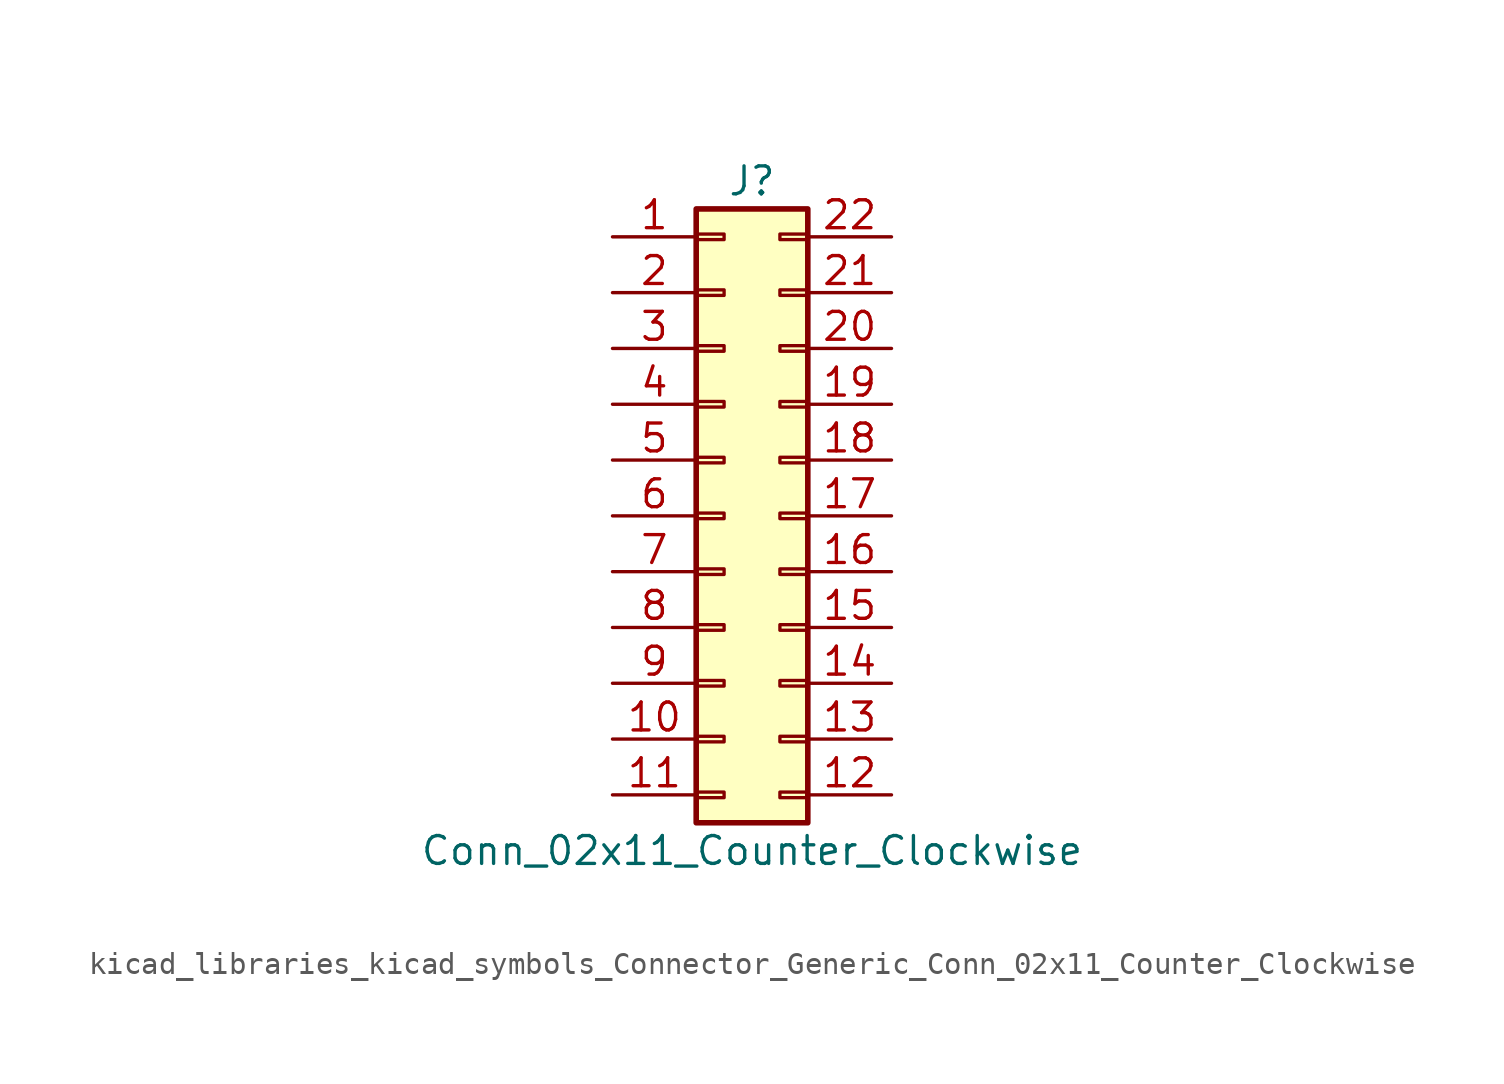
<source format=kicad_sym>
(kicad_symbol_lib
  (version 20220914)
  (generator kicad_symbol_editor)
  (symbol "kicad_libraries_kicad_symbols_Connector_Generic_Conn_02x11_Counter_Clockwise"
    (pin_names
      (offset 1.016) hide)
    (property "Reference" "J"
      (at 1.27 15.24 0)
      (effects (font (size 1.27 1.27))))
    (property "Value" "Conn_02x11_Counter_Clockwise"
      (at 1.27 -15.24 0)
      (effects (font (size 1.27 1.27))))
    (symbol "kicad_libraries_kicad_symbols_Connector_Generic_Conn_02x11_Counter_Clockwise_1_1"
      (rectangle (start -1.27 -12.573) (end 0 -12.827) (stroke (width 0.152) (type default)) (fill (type none)))
      (rectangle (start -1.27 -10.033) (end 0 -10.287) (stroke (width 0.152) (type default)) (fill (type none)))
      (rectangle (start -1.27 -7.493) (end 0 -7.747) (stroke (width 0.152) (type default)) (fill (type none)))
      (rectangle (start -1.27 -4.953) (end 0 -5.207) (stroke (width 0.152) (type default)) (fill (type none)))
      (rectangle (start -1.27 -2.413) (end 0 -2.667) (stroke (width 0.152) (type default)) (fill (type none)))
      (rectangle (start -1.27 0.127) (end 0 -0.127) (stroke (width 0.152) (type default)) (fill (type none)))
      (rectangle (start -1.27 2.667) (end 0 2.413) (stroke (width 0.152) (type default)) (fill (type none)))
      (rectangle (start -1.27 5.207) (end 0 4.953) (stroke (width 0.152) (type default)) (fill (type none)))
      (rectangle (start -1.27 7.747) (end 0 7.493) (stroke (width 0.152) (type default)) (fill (type none)))
      (rectangle (start -1.27 10.287) (end 0 10.033) (stroke (width 0.152) (type default)) (fill (type none)))
      (rectangle (start -1.27 12.827) (end 0 12.573) (stroke (width 0.152) (type default)) (fill (type none)))
      (rectangle (start -1.27 13.97) (end 3.81 -13.97) (stroke (width 0.254) (type default)) (fill (type background)))
      (rectangle (start 3.81 -12.573) (end 2.54 -12.827) (stroke (width 0.152) (type default)) (fill (type none)))
      (rectangle (start 3.81 -10.033) (end 2.54 -10.287) (stroke (width 0.152) (type default)) (fill (type none)))
      (rectangle (start 3.81 -7.493) (end 2.54 -7.747) (stroke (width 0.152) (type default)) (fill (type none)))
      (rectangle (start 3.81 -4.953) (end 2.54 -5.207) (stroke (width 0.152) (type default)) (fill (type none)))
      (rectangle (start 3.81 -2.413) (end 2.54 -2.667) (stroke (width 0.152) (type default)) (fill (type none)))
      (rectangle (start 3.81 0.127) (end 2.54 -0.127) (stroke (width 0.152) (type default)) (fill (type none)))
      (rectangle (start 3.81 2.667) (end 2.54 2.413) (stroke (width 0.152) (type default)) (fill (type none)))
      (rectangle (start 3.81 5.207) (end 2.54 4.953) (stroke (width 0.152) (type default)) (fill (type none)))
      (rectangle (start 3.81 7.747) (end 2.54 7.493) (stroke (width 0.152) (type default)) (fill (type none)))
      (rectangle (start 3.81 10.287) (end 2.54 10.033) (stroke (width 0.152) (type default)) (fill (type none)))
      (rectangle (start 3.81 12.827) (end 2.54 12.573) (stroke (width 0.152) (type default)) (fill (type none)))
      (pin passive line (at -5.08 12.7 0) (length 3.81) (name "Pin_1" (effects (font (size 1.27 1.27)))) (number "1" (effects (font (size 1.27 1.27)))))
      (pin passive line (at -5.08 -10.16 0) (length 3.81) (name "Pin_10" (effects (font (size 1.27 1.27)))) (number "10" (effects (font (size 1.27 1.27)))))
      (pin passive line (at -5.08 -12.7 0) (length 3.81) (name "Pin_11" (effects (font (size 1.27 1.27)))) (number "11" (effects (font (size 1.27 1.27)))))
      (pin passive line (at 7.62 -12.7 180) (length 3.81) (name "Pin_12" (effects (font (size 1.27 1.27)))) (number "12" (effects (font (size 1.27 1.27)))))
      (pin passive line (at 7.62 -10.16 180) (length 3.81) (name "Pin_13" (effects (font (size 1.27 1.27)))) (number "13" (effects (font (size 1.27 1.27)))))
      (pin passive line (at 7.62 -7.62 180) (length 3.81) (name "Pin_14" (effects (font (size 1.27 1.27)))) (number "14" (effects (font (size 1.27 1.27)))))
      (pin passive line (at 7.62 -5.08 180) (length 3.81) (name "Pin_15" (effects (font (size 1.27 1.27)))) (number "15" (effects (font (size 1.27 1.27)))))
      (pin passive line (at 7.62 -2.54 180) (length 3.81) (name "Pin_16" (effects (font (size 1.27 1.27)))) (number "16" (effects (font (size 1.27 1.27)))))
      (pin passive line (at 7.62 0 180) (length 3.81) (name "Pin_17" (effects (font (size 1.27 1.27)))) (number "17" (effects (font (size 1.27 1.27)))))
      (pin passive line (at 7.62 2.54 180) (length 3.81) (name "Pin_18" (effects (font (size 1.27 1.27)))) (number "18" (effects (font (size 1.27 1.27)))))
      (pin passive line (at 7.62 5.08 180) (length 3.81) (name "Pin_19" (effects (font (size 1.27 1.27)))) (number "19" (effects (font (size 1.27 1.27)))))
      (pin passive line (at -5.08 10.16 0) (length 3.81) (name "Pin_2" (effects (font (size 1.27 1.27)))) (number "2" (effects (font (size 1.27 1.27)))))
      (pin passive line (at 7.62 7.62 180) (length 3.81) (name "Pin_20" (effects (font (size 1.27 1.27)))) (number "20" (effects (font (size 1.27 1.27)))))
      (pin passive line (at 7.62 10.16 180) (length 3.81) (name "Pin_21" (effects (font (size 1.27 1.27)))) (number "21" (effects (font (size 1.27 1.27)))))
      (pin passive line (at 7.62 12.7 180) (length 3.81) (name "Pin_22" (effects (font (size 1.27 1.27)))) (number "22" (effects (font (size 1.27 1.27)))))
      (pin passive line (at -5.08 7.62 0) (length 3.81) (name "Pin_3" (effects (font (size 1.27 1.27)))) (number "3" (effects (font (size 1.27 1.27)))))
      (pin passive line (at -5.08 5.08 0) (length 3.81) (name "Pin_4" (effects (font (size 1.27 1.27)))) (number "4" (effects (font (size 1.27 1.27)))))
      (pin passive line (at -5.08 2.54 0) (length 3.81) (name "Pin_5" (effects (font (size 1.27 1.27)))) (number "5" (effects (font (size 1.27 1.27)))))
      (pin passive line (at -5.08 0 0) (length 3.81) (name "Pin_6" (effects (font (size 1.27 1.27)))) (number "6" (effects (font (size 1.27 1.27)))))
      (pin passive line (at -5.08 -2.54 0) (length 3.81) (name "Pin_7" (effects (font (size 1.27 1.27)))) (number "7" (effects (font (size 1.27 1.27)))))
      (pin passive line (at -5.08 -5.08 0) (length 3.81) (name "Pin_8" (effects (font (size 1.27 1.27)))) (number "8" (effects (font (size 1.27 1.27)))))
      (pin passive line (at -5.08 -7.62 0) (length 3.81) (name "Pin_9" (effects (font (size 1.27 1.27)))) (number "9" (effects (font (size 1.27 1.27))))))))
</source>
